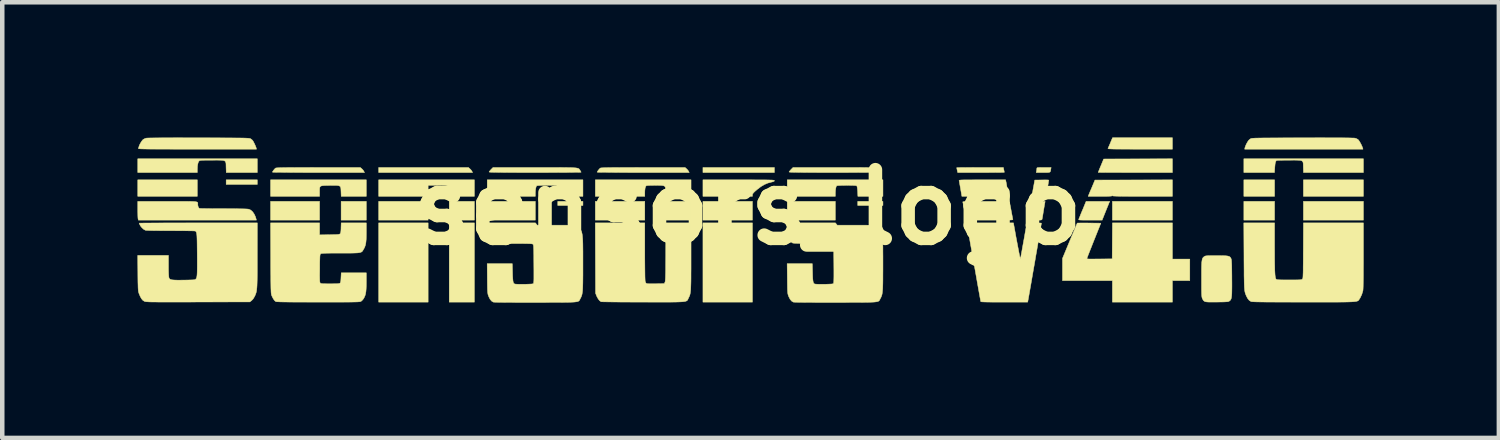
<source format=kicad_pcb>
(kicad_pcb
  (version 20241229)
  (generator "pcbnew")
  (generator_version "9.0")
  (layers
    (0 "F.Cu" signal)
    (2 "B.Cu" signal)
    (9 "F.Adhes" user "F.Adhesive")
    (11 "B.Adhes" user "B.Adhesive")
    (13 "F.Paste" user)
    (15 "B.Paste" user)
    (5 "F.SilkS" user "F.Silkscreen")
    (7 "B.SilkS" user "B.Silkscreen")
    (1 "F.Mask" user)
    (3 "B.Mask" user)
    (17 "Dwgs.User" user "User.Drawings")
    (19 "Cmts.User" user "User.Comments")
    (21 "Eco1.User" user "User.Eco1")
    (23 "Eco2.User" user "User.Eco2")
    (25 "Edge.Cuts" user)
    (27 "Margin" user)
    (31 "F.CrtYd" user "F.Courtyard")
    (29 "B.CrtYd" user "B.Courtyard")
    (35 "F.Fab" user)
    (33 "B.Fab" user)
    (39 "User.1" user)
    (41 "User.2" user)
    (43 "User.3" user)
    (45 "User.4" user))
  (footprint "sensors_logo"
    (layer "F.Cu")
    (at 13.539 1.549)
    (property "Reference" "sensors_logo" (at 0 0 0) (layer "F.SilkS") (effects (font (size 1.524 1.524) (thickness 0.3))))
    (attr through_hole)
    (fp_poly (pts (xy -12.212 -0.244) (xy -13.533 -0.244) (xy -13.533 -0.61) (xy -12.212 -0.61) (xy -12.212 -0.244)) (stroke (width 0.01) (type solid)) (fill yes) (layer "F.SilkS"))
    (fp_poly (pts (xy -10.881 -0.508) (xy -11.572 -0.508) (xy -11.572 -0.61) (xy -10.881 -0.61) (xy -10.881 -0.508)) (stroke (width 0.01) (type solid)) (fill yes) (layer "F.SilkS"))
    (fp_poly (pts (xy -9.5 0.284) (xy -10.587 0.284) (xy -10.587 -0.132) (xy -9.5 -0.132) (xy -9.5 0.284)) (stroke (width 0.01) (type solid)) (fill yes) (layer "F.SilkS"))
    (fp_poly (pts (xy -8.463 0.284) (xy -9.022 0.284) (xy -9.022 -0.132) (xy -8.463 -0.132) (xy -8.463 0.284)) (stroke (width 0.01) (type solid)) (fill yes) (layer "F.SilkS"))
    (fp_poly (pts (xy -7.092 0.284) (xy -8.189 0.284) (xy -8.189 -0.132) (xy -7.092 -0.132) (xy -7.092 0.284)) (stroke (width 0.01) (type solid)) (fill yes) (layer "F.SilkS"))
    (fp_poly (pts (xy -7.092 2.103) (xy -8.189 2.103) (xy -8.189 0.345) (xy -7.092 0.345) (xy -7.092 2.103)) (stroke (width 0.01) (type solid)) (fill yes) (layer "F.SilkS"))
    (fp_poly (pts (xy -6.066 0.284) (xy -6.624 0.284) (xy -6.624 -0.132) (xy -6.066 -0.132) (xy -6.066 0.284)) (stroke (width 0.01) (type solid)) (fill yes) (layer "F.SilkS"))
    (fp_poly (pts (xy -6.066 2.103) (xy -6.624 2.103) (xy -6.624 0.345) (xy -6.066 0.345) (xy -6.066 2.103)) (stroke (width 0.01) (type solid)) (fill yes) (layer "F.SilkS"))
    (fp_poly (pts (xy -4.714 0.284) (xy -5.781 0.284) (xy -5.781 -0.132) (xy -4.714 -0.132) (xy -4.714 0.284)) (stroke (width 0.01) (type solid)) (fill yes) (layer "F.SilkS"))
    (fp_poly (pts (xy -3.658 -0.041) (xy -4.216 -0.041) (xy -4.216 -0.132) (xy -3.658 -0.132) (xy -3.658 -0.041)) (stroke (width 0.01) (type solid)) (fill yes) (layer "F.SilkS"))
    (fp_poly (pts (xy -2.286 0.284) (xy -3.383 0.284) (xy -3.383 -0.132) (xy -2.286 -0.132) (xy -2.286 0.284)) (stroke (width 0.01) (type solid)) (fill yes) (layer "F.SilkS"))
    (fp_poly (pts (xy -1.26 0.284) (xy -1.819 0.284) (xy -1.819 -0.132) (xy -1.26 -0.132) (xy -1.26 0.284)) (stroke (width 0.01) (type solid)) (fill yes) (layer "F.SilkS"))
    (fp_poly (pts (xy 0.102 0.284) (xy -0.996 0.284) (xy -0.996 -0.132) (xy 0.102 -0.132) (xy 0.102 0.284)) (stroke (width 0.01) (type solid)) (fill yes) (layer "F.SilkS"))
    (fp_poly (pts (xy 0.102 2.103) (xy -0.996 2.103) (xy -0.996 0.345) (xy 0.102 0.345) (xy 0.102 2.103)) (stroke (width 0.01) (type solid)) (fill yes) (layer "F.SilkS"))
    (fp_poly (pts (xy 0.589 -0.772) (xy -0.996 -0.772) (xy -0.996 -0.884) (xy 0.589 -0.884) (xy 0.589 -0.772)) (stroke (width 0.01) (type solid)) (fill yes) (layer "F.SilkS"))
    (fp_poly (pts (xy 1.941 0.284) (xy 0.874 0.284) (xy 0.874 -0.132) (xy 1.941 -0.132) (xy 1.941 0.284)) (stroke (width 0.01) (type solid)) (fill yes) (layer "F.SilkS"))
    (fp_poly (pts (xy 2.997 -0.041) (xy 2.438 -0.041) (xy 2.438 -0.132) (xy 2.997 -0.132) (xy 2.997 -0.041)) (stroke (width 0.01) (type solid)) (fill yes) (layer "F.SilkS"))
    (fp_poly (pts (xy 9.418 0.284) (xy 8.087 0.284) (xy 8.087 -0.132) (xy 9.418 -0.132) (xy 9.418 0.284)) (stroke (width 0.01) (type solid)) (fill yes) (layer "F.SilkS"))
    (fp_poly (pts (xy 11.684 -0.244) (xy 11.003 -0.244) (xy 11.003 -0.61) (xy 11.684 -0.61) (xy 11.684 -0.244)) (stroke (width 0.01) (type solid)) (fill yes) (layer "F.SilkS"))
    (fp_poly (pts (xy 11.684 0.284) (xy 11.003 0.284) (xy 11.003 -0.132) (xy 11.684 -0.132) (xy 11.684 0.284)) (stroke (width 0.01) (type solid)) (fill yes) (layer "F.SilkS"))
    (fp_poly (pts (xy 13.655 -0.244) (xy 12.324 -0.244) (xy 12.324 -0.61) (xy 13.655 -0.61) (xy 13.655 -0.244)) (stroke (width 0.01) (type solid)) (fill yes) (layer "F.SilkS"))
    (fp_poly (pts (xy 13.655 0.284) (xy 12.324 0.284) (xy 12.324 -0.132) (xy 13.655 -0.132) (xy 13.655 0.284)) (stroke (width 0.01) (type solid)) (fill yes) (layer "F.SilkS"))
    (fp_poly (pts (xy -6.168 -0.857) (xy -6.143 -0.832) (xy -6.123 -0.805) (xy -6.121 -0.801) (xy -6.106 -0.772) (xy -7.147 -0.772) (xy -8.189 -0.772) (xy -8.189 -0.884) (xy -6.199 -0.884) (xy -6.168 -0.857)) (stroke (width 0.01) (type solid)) (fill yes) (layer "F.SilkS"))
    (fp_poly (pts (xy -6.066 -0.244) (xy -6.621 -0.244) (xy -6.627 -0.348) (xy -6.629 -0.391) (xy -6.633 -0.425) (xy -6.64 -0.449) (xy -6.652 -0.466) (xy -6.673 -0.478) (xy -6.704 -0.484) (xy -6.749 -0.487) (xy -6.809 -0.488) (xy -6.885 -0.488) (xy -7.092 -0.488) (xy -7.092 -0.244) (xy -8.189 -0.244) (xy -8.189 -0.61) (xy -6.066 -0.61) (xy -6.066 -0.244)) (stroke (width 0.01) (type solid)) (fill yes) (layer "F.SilkS"))
    (fp_poly (pts (xy 9.418 -1.29) (xy 8.701 -1.29) (xy 8.558 -1.29) (xy 8.434 -1.291) (xy 8.328 -1.291) (xy 8.239 -1.292) (xy 8.166 -1.292) (xy 8.107 -1.293) (xy 8.061 -1.295) (xy 8.028 -1.296) (xy 8.005 -1.298) (xy 7.993 -1.3) (xy 7.988 -1.303) (xy 7.988 -1.303) (xy 7.994 -1.317) (xy 8.006 -1.345) (xy 8.023 -1.384) (xy 8.042 -1.429) (xy 8.042 -1.43) (xy 8.09 -1.544) (xy 9.418 -1.544) (xy 9.418 -1.29)) (stroke (width 0.01) (type solid)) (fill yes) (layer "F.SilkS"))
    (fp_poly (pts (xy 9.418 -0.772) (xy 8.595 -0.772) (xy 8.468 -0.772) (xy 8.347 -0.772) (xy 8.233 -0.773) (xy 8.128 -0.773) (xy 8.034 -0.773) (xy 7.952 -0.773) (xy 7.883 -0.774) (xy 7.83 -0.774) (xy 7.793 -0.775) (xy 7.774 -0.775) (xy 7.772 -0.776) (xy 7.776 -0.786) (xy 7.786 -0.811) (xy 7.801 -0.849) (xy 7.82 -0.896) (xy 7.833 -0.925) (xy 7.893 -1.072) (xy 8.656 -1.074) (xy 9.418 -1.077) (xy 9.418 -0.772)) (stroke (width 0.01) (type solid)) (fill yes) (layer "F.SilkS"))
    (fp_poly (pts (xy 6.721 -0.846) (xy 6.717 -0.818) (xy 6.712 -0.798) (xy 6.704 -0.785) (xy 6.689 -0.777) (xy 6.665 -0.773) (xy 6.627 -0.772) (xy 6.574 -0.772) (xy 6.551 -0.772) (xy 6.398 -0.772) (xy 6.404 -0.81) (xy 6.409 -0.84) (xy 6.411 -0.864) (xy 6.411 -0.866) (xy 6.413 -0.873) (xy 6.419 -0.878) (xy 6.434 -0.881) (xy 6.46 -0.883) (xy 6.5 -0.884) (xy 6.556 -0.884) (xy 6.57 -0.884) (xy 6.728 -0.884) (xy 6.721 -0.846)) (stroke (width 0.01) (type solid)) (fill yes) (layer "F.SilkS"))
    (fp_poly (pts (xy -8.463 -0.244) (xy -9.02 -0.244) (xy -9.024 -0.347) (xy -9.026 -0.391) (xy -9.029 -0.426) (xy -9.036 -0.451) (xy -9.049 -0.468) (xy -9.071 -0.479) (xy -9.105 -0.485) (xy -9.151 -0.487) (xy -9.214 -0.487) (xy -9.274 -0.486) (xy -9.347 -0.485) (xy -9.402 -0.483) (xy -9.443 -0.479) (xy -9.47 -0.471) (xy -9.487 -0.458) (xy -9.496 -0.439) (xy -9.499 -0.41) (xy -9.5 -0.372) (xy -9.5 -0.343) (xy -9.5 -0.244) (xy -10.587 -0.244) (xy -10.587 -0.61) (xy -8.463 -0.61) (xy -8.463 -0.244)) (stroke (width 0.01) (type solid)) (fill yes) (layer "F.SilkS"))
    (fp_poly (pts (xy -1.26 -0.244) (xy -1.816 -0.244) (xy -1.82 -0.347) (xy -1.822 -0.392) (xy -1.826 -0.426) (xy -1.833 -0.451) (xy -1.847 -0.469) (xy -1.87 -0.479) (xy -1.905 -0.485) (xy -1.954 -0.487) (xy -2.019 -0.488) (xy -2.056 -0.488) (xy -2.116 -0.487) (xy -2.169 -0.486) (xy -2.212 -0.484) (xy -2.241 -0.482) (xy -2.253 -0.479) (xy -2.268 -0.459) (xy -2.279 -0.421) (xy -2.285 -0.368) (xy -2.286 -0.323) (xy -2.286 -0.244) (xy -3.383 -0.244) (xy -3.383 -0.61) (xy -1.26 -0.61) (xy -1.26 -0.244)) (stroke (width 0.01) (type solid)) (fill yes) (layer "F.SilkS"))
    (fp_poly (pts (xy 8.013 -0.099) (xy 8.005 -0.079) (xy 7.991 -0.044) (xy 7.972 0.002) (xy 7.95 0.057) (xy 7.929 0.109) (xy 7.859 0.284) (xy 7.596 0.284) (xy 7.516 0.284) (xy 7.454 0.284) (xy 7.409 0.283) (xy 7.376 0.282) (xy 7.356 0.28) (xy 7.344 0.277) (xy 7.339 0.273) (xy 7.339 0.268) (xy 7.34 0.267) (xy 7.345 0.252) (xy 7.358 0.222) (xy 7.375 0.179) (xy 7.396 0.127) (xy 7.42 0.069) (xy 7.425 0.059) (xy 7.503 -0.132) (xy 7.765 -0.132) (xy 8.027 -0.132) (xy 8.013 -0.099)) (stroke (width 0.01) (type solid)) (fill yes) (layer "F.SilkS"))
    (fp_poly (pts (xy 5.679 -0.833) (xy 5.685 -0.803) (xy 5.689 -0.782) (xy 5.69 -0.777) (xy 5.68 -0.776) (xy 5.652 -0.775) (xy 5.607 -0.774) (xy 5.547 -0.774) (xy 5.475 -0.773) (xy 5.392 -0.773) (xy 5.301 -0.772) (xy 5.202 -0.772) (xy 5.172 -0.772) (xy 4.655 -0.772) (xy 4.644 -0.823) (xy 4.638 -0.853) (xy 4.634 -0.874) (xy 4.633 -0.879) (xy 4.643 -0.88) (xy 4.671 -0.881) (xy 4.716 -0.882) (xy 4.775 -0.882) (xy 4.847 -0.883) (xy 4.93 -0.883) (xy 5.022 -0.884) (xy 5.121 -0.884) (xy 5.15 -0.884) (xy 5.668 -0.884) (xy 5.679 -0.833)) (stroke (width 0.01) (type solid)) (fill yes) (layer "F.SilkS"))
    (fp_poly (pts (xy -3.658 -0.244) (xy -4.213 -0.244) (xy -4.219 -0.351) (xy -4.223 -0.4) (xy -4.228 -0.439) (xy -4.233 -0.466) (xy -4.237 -0.473) (xy -4.244 -0.478) (xy -4.259 -0.482) (xy -4.283 -0.484) (xy -4.318 -0.486) (xy -4.369 -0.487) (xy -4.436 -0.488) (xy -4.459 -0.488) (xy -4.523 -0.487) (xy -4.58 -0.486) (xy -4.628 -0.484) (xy -4.662 -0.482) (xy -4.681 -0.479) (xy -4.682 -0.479) (xy -4.694 -0.461) (xy -4.704 -0.426) (xy -4.711 -0.378) (xy -4.714 -0.32) (xy -4.714 -0.312) (xy -4.714 -0.244) (xy -5.781 -0.244) (xy -5.781 -0.61) (xy -3.658 -0.61) (xy -3.658 -0.244)) (stroke (width 0.01) (type solid)) (fill yes) (layer "F.SilkS"))
    (fp_poly (pts (xy 2.997 -0.244) (xy 2.441 -0.244) (xy 2.436 -0.351) (xy 2.432 -0.4) (xy 2.427 -0.439) (xy 2.421 -0.466) (xy 2.418 -0.473) (xy 2.41 -0.478) (xy 2.396 -0.482) (xy 2.372 -0.484) (xy 2.336 -0.486) (xy 2.286 -0.487) (xy 2.219 -0.488) (xy 2.196 -0.488) (xy 2.132 -0.487) (xy 2.075 -0.486) (xy 2.027 -0.484) (xy 1.992 -0.482) (xy 1.974 -0.479) (xy 1.972 -0.479) (xy 1.96 -0.461) (xy 1.951 -0.426) (xy 1.944 -0.378) (xy 1.941 -0.32) (xy 1.941 -0.312) (xy 1.941 -0.244) (xy 0.874 -0.244) (xy 0.874 -0.61) (xy 2.997 -0.61) (xy 2.997 -0.244)) (stroke (width 0.01) (type solid)) (fill yes) (layer "F.SilkS"))
    (fp_poly (pts (xy 13.655 -0.772) (xy 12.326 -0.772) (xy 12.322 -0.888) (xy 12.321 -0.933) (xy 12.32 -0.968) (xy 12.316 -0.996) (xy 12.307 -1.016) (xy 12.291 -1.03) (xy 12.266 -1.039) (xy 12.23 -1.044) (xy 12.18 -1.046) (xy 12.115 -1.047) (xy 12.033 -1.046) (xy 12.01 -1.046) (xy 11.938 -1.046) (xy 11.872 -1.045) (xy 11.815 -1.044) (xy 11.77 -1.042) (xy 11.741 -1.041) (xy 11.729 -1.039) (xy 11.715 -1.025) (xy 11.705 -1.002) (xy 11.697 -0.967) (xy 11.692 -0.916) (xy 11.689 -0.881) (xy 11.682 -0.772) (xy 11.003 -0.772) (xy 11.003 -1.077) (xy 13.655 -1.077) (xy 13.655 -0.772)) (stroke (width 0.01) (type solid)) (fill yes) (layer "F.SilkS"))
    (fp_poly (pts (xy -10.881 -0.772) (xy -11.57 -0.772) (xy -11.574 -0.888) (xy -11.575 -0.933) (xy -11.576 -0.969) (xy -11.581 -0.996) (xy -11.59 -1.016) (xy -11.606 -1.03) (xy -11.631 -1.039) (xy -11.668 -1.044) (xy -11.718 -1.046) (xy -11.784 -1.047) (xy -11.868 -1.046) (xy -11.881 -1.046) (xy -11.965 -1.046) (xy -12.03 -1.046) (xy -12.08 -1.044) (xy -12.116 -1.043) (xy -12.141 -1.04) (xy -12.158 -1.036) (xy -12.168 -1.032) (xy -12.169 -1.031) (xy -12.187 -1.008) (xy -12.2 -0.967) (xy -12.209 -0.912) (xy -12.212 -0.845) (xy -12.212 -0.843) (xy -12.212 -0.772) (xy -13.533 -0.772) (xy -13.533 -1.077) (xy -10.881 -1.077) (xy -10.881 -0.772)) (stroke (width 0.01) (type solid)) (fill yes) (layer "F.SilkS"))
    (fp_poly (pts (xy 6.619 -0.608) (xy 6.653 -0.607) (xy 6.672 -0.605) (xy 6.675 -0.604) (xy 6.674 -0.591) (xy 6.669 -0.563) (xy 6.663 -0.523) (xy 6.655 -0.475) (xy 6.646 -0.425) (xy 6.638 -0.375) (xy 6.63 -0.329) (xy 6.624 -0.293) (xy 6.62 -0.271) (xy 6.619 -0.267) (xy 6.616 -0.258) (xy 6.611 -0.252) (xy 6.6 -0.248) (xy 6.58 -0.245) (xy 6.547 -0.244) (xy 6.5 -0.244) (xy 6.457 -0.244) (xy 6.3 -0.244) (xy 6.307 -0.281) (xy 6.311 -0.305) (xy 6.318 -0.344) (xy 6.326 -0.393) (xy 6.336 -0.447) (xy 6.339 -0.462) (xy 6.365 -0.605) (xy 6.52 -0.607) (xy 6.574 -0.608) (xy 6.619 -0.608)) (stroke (width 0.01) (type solid)) (fill yes) (layer "F.SilkS"))
    (fp_poly (pts (xy -0.058 -0.61) (xy 0.069 -0.61) (xy 0.178 -0.609) (xy 0.271 -0.609) (xy 0.348 -0.609) (xy 0.412 -0.608) (xy 0.464 -0.607) (xy 0.504 -0.606) (xy 0.535 -0.605) (xy 0.557 -0.603) (xy 0.573 -0.601) (xy 0.582 -0.599) (xy 0.587 -0.596) (xy 0.589 -0.593) (xy 0.589 -0.591) (xy 0.585 -0.58) (xy 0.568 -0.571) (xy 0.536 -0.562) (xy 0.526 -0.56) (xy 0.444 -0.538) (xy 0.366 -0.505) (xy 0.289 -0.459) (xy 0.209 -0.398) (xy 0.16 -0.356) (xy 0.128 -0.325) (xy 0.11 -0.302) (xy 0.102 -0.283) (xy 0.102 -0.274) (xy 0.102 -0.244) (xy -0.996 -0.244) (xy -0.996 -0.61) (xy -0.203 -0.61) (xy -0.058 -0.61)) (stroke (width 0.01) (type solid)) (fill yes) (layer "F.SilkS"))
    (fp_poly (pts (xy 9.418 -0.244) (xy 8.754 -0.244) (xy 8.615 -0.244) (xy 8.496 -0.244) (xy 8.395 -0.245) (xy 8.311 -0.245) (xy 8.242 -0.246) (xy 8.187 -0.247) (xy 8.145 -0.249) (xy 8.115 -0.25) (xy 8.096 -0.253) (xy 8.086 -0.255) (xy 8.084 -0.257) (xy 8.079 -0.264) (xy 8.078 -0.257) (xy 8.073 -0.252) (xy 8.058 -0.249) (xy 8.031 -0.247) (xy 7.99 -0.245) (xy 7.933 -0.244) (xy 7.859 -0.244) (xy 7.813 -0.244) (xy 7.549 -0.244) (xy 7.558 -0.267) (xy 7.565 -0.283) (xy 7.578 -0.315) (xy 7.596 -0.359) (xy 7.618 -0.409) (xy 7.634 -0.447) (xy 7.7 -0.605) (xy 8.559 -0.607) (xy 9.418 -0.61) (xy 9.418 -0.244)) (stroke (width 0.01) (type solid)) (fill yes) (layer "F.SilkS"))
    (fp_poly (pts (xy -8.565 -0.857) (xy -8.54 -0.832) (xy -8.52 -0.805) (xy -8.519 -0.801) (xy -8.503 -0.772) (xy -9.525 -0.772) (xy -9.667 -0.772) (xy -9.803 -0.772) (xy -9.932 -0.773) (xy -10.053 -0.773) (xy -10.163 -0.774) (xy -10.263 -0.775) (xy -10.349 -0.776) (xy -10.422 -0.776) (xy -10.479 -0.777) (xy -10.519 -0.778) (xy -10.542 -0.78) (xy -10.546 -0.78) (xy -10.54 -0.795) (xy -10.524 -0.818) (xy -10.505 -0.842) (xy -10.485 -0.863) (xy -10.478 -0.869) (xy -10.472 -0.872) (xy -10.461 -0.874) (xy -10.442 -0.876) (xy -10.416 -0.877) (xy -10.38 -0.879) (xy -10.334 -0.88) (xy -10.277 -0.881) (xy -10.207 -0.882) (xy -10.123 -0.882) (xy -10.024 -0.883) (xy -9.909 -0.883) (xy -9.777 -0.883) (xy -9.626 -0.884) (xy -9.528 -0.884) (xy -8.597 -0.884) (xy -8.565 -0.857)) (stroke (width 0.01) (type solid)) (fill yes) (layer "F.SilkS"))
    (fp_poly (pts (xy -1.362 -0.857) (xy -1.337 -0.832) (xy -1.317 -0.805) (xy -1.315 -0.801) (xy -1.3 -0.772) (xy -2.321 -0.772) (xy -2.463 -0.772) (xy -2.6 -0.772) (xy -2.729 -0.773) (xy -2.849 -0.773) (xy -2.96 -0.774) (xy -3.059 -0.775) (xy -3.146 -0.776) (xy -3.218 -0.776) (xy -3.276 -0.777) (xy -3.316 -0.778) (xy -3.338 -0.78) (xy -3.343 -0.78) (xy -3.336 -0.795) (xy -3.321 -0.818) (xy -3.301 -0.842) (xy -3.282 -0.863) (xy -3.275 -0.869) (xy -3.269 -0.872) (xy -3.257 -0.874) (xy -3.239 -0.876) (xy -3.213 -0.877) (xy -3.177 -0.879) (xy -3.131 -0.88) (xy -3.074 -0.881) (xy -3.004 -0.882) (xy -2.92 -0.882) (xy -2.821 -0.883) (xy -2.706 -0.883) (xy -2.573 -0.883) (xy -2.422 -0.884) (xy -2.325 -0.884) (xy -1.393 -0.884) (xy -1.362 -0.857)) (stroke (width 0.01) (type solid)) (fill yes) (layer "F.SilkS"))
    (fp_poly (pts (xy 5.724 -0.582) (xy 5.73 -0.555) (xy 5.737 -0.516) (xy 5.745 -0.469) (xy 5.754 -0.419) (xy 5.763 -0.368) (xy 5.771 -0.323) (xy 5.777 -0.286) (xy 5.78 -0.262) (xy 5.781 -0.257) (xy 5.777 -0.254) (xy 5.764 -0.251) (xy 5.741 -0.249) (xy 5.706 -0.247) (xy 5.658 -0.246) (xy 5.596 -0.245) (xy 5.518 -0.244) (xy 5.423 -0.244) (xy 5.31 -0.244) (xy 5.265 -0.244) (xy 4.748 -0.244) (xy 4.72 -0.406) (xy 4.71 -0.462) (xy 4.701 -0.513) (xy 4.694 -0.554) (xy 4.689 -0.581) (xy 4.687 -0.589) (xy 4.686 -0.593) (xy 4.687 -0.597) (xy 4.691 -0.601) (xy 4.701 -0.603) (xy 4.717 -0.605) (xy 4.741 -0.607) (xy 4.776 -0.608) (xy 4.822 -0.609) (xy 4.881 -0.609) (xy 4.955 -0.609) (xy 5.046 -0.61) (xy 5.154 -0.61) (xy 5.718 -0.61) (xy 5.724 -0.582)) (stroke (width 0.01) (type solid)) (fill yes) (layer "F.SilkS"))
    (fp_poly (pts (xy 6.59 -0.104) (xy 6.586 -0.085) (xy 6.58 -0.049) (xy 6.572 -0.002) (xy 6.563 0.052) (xy 6.558 0.081) (xy 6.549 0.137) (xy 6.541 0.187) (xy 6.534 0.228) (xy 6.529 0.255) (xy 6.528 0.262) (xy 6.525 0.27) (xy 6.52 0.276) (xy 6.508 0.28) (xy 6.488 0.283) (xy 6.456 0.284) (xy 6.409 0.284) (xy 6.365 0.284) (xy 6.302 0.284) (xy 6.257 0.283) (xy 6.227 0.28) (xy 6.212 0.276) (xy 6.208 0.272) (xy 6.209 0.258) (xy 6.214 0.229) (xy 6.221 0.188) (xy 6.229 0.138) (xy 6.239 0.084) (xy 6.248 0.029) (xy 6.257 -0.021) (xy 6.265 -0.064) (xy 6.271 -0.096) (xy 6.274 -0.109) (xy 6.277 -0.118) (xy 6.282 -0.124) (xy 6.293 -0.128) (xy 6.313 -0.13) (xy 6.345 -0.132) (xy 6.392 -0.132) (xy 6.437 -0.132) (xy 6.595 -0.132) (xy 6.59 -0.104)) (stroke (width 0.01) (type solid)) (fill yes) (layer "F.SilkS"))
    (fp_poly (pts (xy 9.418 1.148) (xy 9.804 1.148) (xy 9.804 1.626) (xy 9.418 1.626) (xy 9.418 2.103) (xy 8.087 2.103) (xy 8.087 1.626) (xy 6.98 1.626) (xy 6.98 1.133) (xy 7.142 0.743) (xy 7.176 0.66) (xy 7.209 0.582) (xy 7.238 0.512) (xy 7.263 0.452) (xy 7.284 0.404) (xy 7.298 0.37) (xy 7.306 0.352) (xy 7.308 0.35) (xy 7.319 0.348) (xy 7.347 0.348) (xy 7.391 0.347) (xy 7.446 0.347) (xy 7.511 0.347) (xy 7.571 0.348) (xy 7.831 0.351) (xy 7.68 0.729) (xy 7.647 0.812) (xy 7.616 0.891) (xy 7.588 0.961) (xy 7.564 1.022) (xy 7.545 1.071) (xy 7.532 1.106) (xy 7.524 1.126) (xy 7.523 1.128) (xy 7.522 1.134) (xy 7.523 1.139) (xy 7.53 1.142) (xy 7.544 1.145) (xy 7.567 1.146) (xy 7.602 1.147) (xy 7.65 1.147) (xy 7.715 1.146) (xy 7.797 1.146) (xy 7.8 1.146) (xy 8.082 1.143) (xy 8.085 0.744) (xy 8.088 0.345) (xy 9.418 0.345) (xy 9.418 1.148)) (stroke (width 0.01) (type solid)) (fill yes) (layer "F.SilkS"))
    (fp_poly (pts (xy 12.862 -1.542) (xy 13.008 -1.542) (xy 13.135 -1.542) (xy 13.241 -1.541) (xy 13.328 -1.54) (xy 13.394 -1.538) (xy 13.44 -1.537) (xy 13.466 -1.535) (xy 13.471 -1.534) (xy 13.505 -1.522) (xy 13.534 -1.505) (xy 13.537 -1.503) (xy 13.553 -1.484) (xy 13.574 -1.452) (xy 13.596 -1.413) (xy 13.617 -1.371) (xy 13.633 -1.332) (xy 13.64 -1.313) (xy 13.646 -1.29) (xy 11.021 -1.29) (xy 11.027 -1.322) (xy 11.038 -1.355) (xy 11.055 -1.396) (xy 11.077 -1.437) (xy 11.098 -1.471) (xy 11.103 -1.479) (xy 11.124 -1.5) (xy 11.15 -1.52) (xy 11.156 -1.523) (xy 11.162 -1.525) (xy 11.171 -1.528) (xy 11.183 -1.53) (xy 11.2 -1.532) (xy 11.223 -1.533) (xy 11.253 -1.535) (xy 11.291 -1.536) (xy 11.338 -1.537) (xy 11.396 -1.538) (xy 11.465 -1.539) (xy 11.547 -1.539) (xy 11.643 -1.54) (xy 11.754 -1.54) (xy 11.881 -1.541) (xy 12.025 -1.541) (xy 12.188 -1.542) (xy 12.307 -1.542) (xy 12.511 -1.542) (xy 12.697 -1.543) (xy 12.862 -1.542)) (stroke (width 0.01) (type solid)) (fill yes) (layer "F.SilkS"))
    (fp_poly (pts (xy -12.528 -0.132) (xy -12.447 -0.132) (xy -12.38 -0.131) (xy -12.327 -0.13) (xy -12.285 -0.128) (xy -12.254 -0.125) (xy -12.231 -0.121) (xy -12.216 -0.116) (xy -12.207 -0.109) (xy -12.202 -0.102) (xy -12.201 -0.092) (xy -12.201 -0.081) (xy -12.202 -0.068) (xy -12.202 -0.065) (xy -12.197 -0.025) (xy -12.182 0.008) (xy -12.168 0.023) (xy -12.156 0.024) (xy -12.125 0.026) (xy -12.078 0.027) (xy -12.017 0.028) (xy -11.943 0.029) (xy -11.859 0.03) (xy -11.766 0.03) (xy -11.666 0.03) (xy -11.635 0.03) (xy -11.495 0.031) (xy -11.374 0.031) (xy -11.274 0.033) (xy -11.193 0.034) (xy -11.132 0.036) (xy -11.09 0.039) (xy -11.069 0.042) (xy -11.026 0.062) (xy -10.985 0.099) (xy -10.95 0.15) (xy -10.922 0.21) (xy -10.908 0.257) (xy -10.901 0.284) (xy -13.52 0.284) (xy -13.527 0.253) (xy -13.529 0.232) (xy -13.531 0.195) (xy -13.532 0.147) (xy -13.533 0.09) (xy -13.533 0.044) (xy -13.533 -0.132) (xy -12.874 -0.132) (xy -12.74 -0.132) (xy -12.625 -0.132) (xy -12.528 -0.132)) (stroke (width 0.01) (type solid)) (fill yes) (layer "F.SilkS"))
    (fp_poly (pts (xy -4.297 -0.884) (xy -4.189 -0.884) (xy -4.097 -0.883) (xy -4.019 -0.882) (xy -3.953 -0.881) (xy -3.899 -0.88) (xy -3.856 -0.877) (xy -3.821 -0.875) (xy -3.794 -0.871) (xy -3.774 -0.867) (xy -3.759 -0.861) (xy -3.748 -0.855) (xy -3.74 -0.848) (xy -3.734 -0.839) (xy -3.728 -0.829) (xy -3.721 -0.819) (xy -3.706 -0.796) (xy -3.699 -0.781) (xy -3.698 -0.779) (xy -3.708 -0.778) (xy -3.737 -0.777) (xy -3.784 -0.776) (xy -3.846 -0.776) (xy -3.924 -0.775) (xy -4.015 -0.774) (xy -4.119 -0.774) (xy -4.233 -0.773) (xy -4.356 -0.773) (xy -4.488 -0.772) (xy -4.627 -0.772) (xy -4.719 -0.772) (xy -4.898 -0.772) (xy -5.057 -0.772) (xy -5.198 -0.773) (xy -5.32 -0.773) (xy -5.425 -0.774) (xy -5.514 -0.775) (xy -5.586 -0.776) (xy -5.644 -0.777) (xy -5.688 -0.778) (xy -5.718 -0.78) (xy -5.735 -0.782) (xy -5.74 -0.784) (xy -5.734 -0.796) (xy -5.716 -0.818) (xy -5.696 -0.84) (xy -5.652 -0.884) (xy -4.725 -0.884) (xy -4.564 -0.884) (xy -4.421 -0.884) (xy -4.297 -0.884)) (stroke (width 0.01) (type solid)) (fill yes) (layer "F.SilkS"))
    (fp_poly (pts (xy 2.358 -0.884) (xy 2.465 -0.884) (xy 2.558 -0.883) (xy 2.636 -0.882) (xy 2.702 -0.881) (xy 2.756 -0.88) (xy 2.799 -0.877) (xy 2.834 -0.875) (xy 2.861 -0.871) (xy 2.881 -0.867) (xy 2.896 -0.861) (xy 2.907 -0.855) (xy 2.915 -0.848) (xy 2.921 -0.839) (xy 2.927 -0.829) (xy 2.934 -0.819) (xy 2.949 -0.796) (xy 2.956 -0.781) (xy 2.957 -0.779) (xy 2.947 -0.778) (xy 2.918 -0.777) (xy 2.871 -0.776) (xy 2.808 -0.776) (xy 2.731 -0.775) (xy 2.64 -0.774) (xy 2.536 -0.774) (xy 2.422 -0.773) (xy 2.298 -0.773) (xy 2.167 -0.772) (xy 2.028 -0.772) (xy 1.935 -0.772) (xy 1.757 -0.772) (xy 1.598 -0.772) (xy 1.457 -0.773) (xy 1.335 -0.773) (xy 1.23 -0.774) (xy 1.141 -0.775) (xy 1.068 -0.776) (xy 1.011 -0.777) (xy 0.967 -0.778) (xy 0.937 -0.78) (xy 0.92 -0.782) (xy 0.914 -0.784) (xy 0.921 -0.796) (xy 0.939 -0.818) (xy 0.959 -0.84) (xy 1.003 -0.884) (xy 1.93 -0.884) (xy 2.091 -0.884) (xy 2.233 -0.884) (xy 2.358 -0.884)) (stroke (width 0.01) (type solid)) (fill yes) (layer "F.SilkS"))
    (fp_poly (pts (xy 5.398 -0.132) (xy 5.495 -0.132) (xy 5.576 -0.132) (xy 5.641 -0.131) (xy 5.692 -0.13) (xy 5.731 -0.129) (xy 5.76 -0.128) (xy 5.78 -0.126) (xy 5.793 -0.123) (xy 5.801 -0.12) (xy 5.804 -0.117) (xy 5.805 -0.114) (xy 5.809 -0.099) (xy 5.815 -0.067) (xy 5.824 -0.022) (xy 5.834 0.031) (xy 5.842 0.076) (xy 5.853 0.134) (xy 5.863 0.186) (xy 5.871 0.228) (xy 5.876 0.256) (xy 5.879 0.267) (xy 5.879 0.271) (xy 5.876 0.274) (xy 5.869 0.277) (xy 5.855 0.279) (xy 5.833 0.281) (xy 5.801 0.282) (xy 5.759 0.283) (xy 5.703 0.284) (xy 5.634 0.284) (xy 5.548 0.284) (xy 5.444 0.284) (xy 5.362 0.284) (xy 4.841 0.284) (xy 4.807 0.089) (xy 4.796 0.028) (xy 4.786 -0.027) (xy 4.778 -0.072) (xy 4.771 -0.104) (xy 4.768 -0.119) (xy 4.768 -0.119) (xy 4.77 -0.122) (xy 4.782 -0.125) (xy 4.804 -0.127) (xy 4.837 -0.129) (xy 4.883 -0.13) (xy 4.943 -0.131) (xy 5.019 -0.131) (xy 5.111 -0.132) (xy 5.222 -0.132) (xy 5.281 -0.132) (xy 5.398 -0.132)) (stroke (width 0.01) (type solid)) (fill yes) (layer "F.SilkS"))
    (fp_poly (pts (xy -12.471 -1.542) (xy -12.274 -1.542) (xy -12.185 -1.542) (xy -12.009 -1.542) (xy -11.853 -1.541) (xy -11.715 -1.541) (xy -11.593 -1.54) (xy -11.487 -1.54) (xy -11.396 -1.539) (xy -11.319 -1.538) (xy -11.254 -1.538) (xy -11.199 -1.537) (xy -11.155 -1.536) (xy -11.12 -1.534) (xy -11.093 -1.533) (xy -11.072 -1.531) (xy -11.057 -1.529) (xy -11.045 -1.527) (xy -11.038 -1.525) (xy -11.032 -1.522) (xy -11.028 -1.52) (xy -11.004 -1.502) (xy -10.985 -1.485) (xy -10.985 -1.484) (xy -10.971 -1.463) (xy -10.954 -1.43) (xy -10.935 -1.391) (xy -10.919 -1.354) (xy -10.908 -1.324) (xy -10.906 -1.318) (xy -10.899 -1.29) (xy -12.212 -1.29) (xy -12.403 -1.29) (xy -12.575 -1.29) (xy -12.728 -1.29) (xy -12.864 -1.291) (xy -12.984 -1.291) (xy -13.088 -1.291) (xy -13.179 -1.292) (xy -13.256 -1.292) (xy -13.32 -1.293) (xy -13.374 -1.294) (xy -13.417 -1.295) (xy -13.451 -1.296) (xy -13.477 -1.297) (xy -13.496 -1.299) (xy -13.508 -1.3) (xy -13.516 -1.302) (xy -13.519 -1.304) (xy -13.519 -1.307) (xy -13.512 -1.329) (xy -13.506 -1.35) (xy -13.494 -1.383) (xy -13.474 -1.422) (xy -13.45 -1.461) (xy -13.426 -1.492) (xy -13.414 -1.504) (xy -13.386 -1.52) (xy -13.353 -1.533) (xy -13.35 -1.534) (xy -13.332 -1.536) (xy -13.294 -1.538) (xy -13.236 -1.539) (xy -13.158 -1.54) (xy -13.061 -1.541) (xy -12.943 -1.542) (xy -12.805 -1.542) (xy -12.648 -1.543) (xy -12.471 -1.542)) (stroke (width 0.01) (type solid)) (fill yes) (layer "F.SilkS"))
    (fp_poly (pts (xy 10.482 1.072) (xy 10.548 1.073) (xy 10.599 1.075) (xy 10.637 1.079) (xy 10.665 1.085) (xy 10.684 1.093) (xy 10.699 1.105) (xy 10.71 1.12) (xy 10.717 1.132) (xy 10.721 1.142) (xy 10.725 1.156) (xy 10.728 1.175) (xy 10.73 1.202) (xy 10.732 1.239) (xy 10.734 1.288) (xy 10.735 1.35) (xy 10.736 1.428) (xy 10.737 1.523) (xy 10.737 1.565) (xy 10.738 1.675) (xy 10.738 1.767) (xy 10.737 1.843) (xy 10.736 1.904) (xy 10.733 1.952) (xy 10.729 1.989) (xy 10.724 2.017) (xy 10.717 2.038) (xy 10.708 2.054) (xy 10.698 2.066) (xy 10.685 2.077) (xy 10.675 2.083) (xy 10.663 2.089) (xy 10.647 2.093) (xy 10.624 2.095) (xy 10.592 2.097) (xy 10.547 2.099) (xy 10.486 2.1) (xy 10.411 2.101) (xy 10.331 2.101) (xy 10.27 2.101) (xy 10.223 2.101) (xy 10.188 2.099) (xy 10.164 2.096) (xy 10.146 2.092) (xy 10.133 2.087) (xy 10.132 2.087) (xy 10.105 2.065) (xy 10.084 2.028) (xy 10.082 2.023) (xy 10.077 2.01) (xy 10.073 1.994) (xy 10.07 1.973) (xy 10.068 1.947) (xy 10.066 1.911) (xy 10.065 1.865) (xy 10.064 1.806) (xy 10.064 1.733) (xy 10.064 1.642) (xy 10.064 1.585) (xy 10.064 1.478) (xy 10.064 1.388) (xy 10.065 1.316) (xy 10.067 1.258) (xy 10.07 1.212) (xy 10.075 1.177) (xy 10.08 1.151) (xy 10.088 1.131) (xy 10.097 1.116) (xy 10.109 1.104) (xy 10.123 1.093) (xy 10.133 1.087) (xy 10.144 1.081) (xy 10.159 1.078) (xy 10.182 1.075) (xy 10.213 1.073) (xy 10.257 1.072) (xy 10.315 1.072) (xy 10.391 1.072) (xy 10.398 1.072) (xy 10.482 1.072)) (stroke (width 0.01) (type solid)) (fill yes) (layer "F.SilkS"))
    (fp_poly (pts (xy -2.286 0.978) (xy -2.286 1.123) (xy -2.285 1.251) (xy -2.284 1.363) (xy -2.283 1.457) (xy -2.282 1.534) (xy -2.28 1.591) (xy -2.278 1.63) (xy -2.275 1.648) (xy -2.261 1.679) (xy -2.242 1.692) (xy -2.225 1.694) (xy -2.192 1.695) (xy -2.145 1.695) (xy -2.089 1.695) (xy -2.037 1.695) (xy -1.854 1.692) (xy -1.839 1.661) (xy -1.836 1.653) (xy -1.833 1.639) (xy -1.831 1.62) (xy -1.829 1.592) (xy -1.827 1.556) (xy -1.826 1.509) (xy -1.824 1.45) (xy -1.823 1.377) (xy -1.823 1.289) (xy -1.822 1.185) (xy -1.821 1.063) (xy -1.821 0.988) (xy -1.818 0.345) (xy -1.26 0.345) (xy -1.26 1.09) (xy -1.26 1.237) (xy -1.26 1.366) (xy -1.261 1.477) (xy -1.261 1.573) (xy -1.262 1.654) (xy -1.264 1.722) (xy -1.266 1.779) (xy -1.268 1.826) (xy -1.272 1.865) (xy -1.276 1.897) (xy -1.281 1.923) (xy -1.287 1.946) (xy -1.294 1.966) (xy -1.303 1.985) (xy -1.312 2.005) (xy -1.316 2.012) (xy -1.323 2.028) (xy -1.329 2.041) (xy -1.335 2.053) (xy -1.342 2.063) (xy -1.352 2.072) (xy -1.366 2.079) (xy -1.384 2.085) (xy -1.409 2.09) (xy -1.442 2.094) (xy -1.483 2.097) (xy -1.534 2.099) (xy -1.596 2.101) (xy -1.671 2.102) (xy -1.76 2.103) (xy -1.863 2.103) (xy -1.983 2.103) (xy -2.121 2.103) (xy -2.277 2.102) (xy -2.322 2.102) (xy -2.457 2.102) (xy -2.586 2.102) (xy -2.708 2.101) (xy -2.822 2.101) (xy -2.926 2.1) (xy -3.019 2.099) (xy -3.098 2.098) (xy -3.163 2.097) (xy -3.212 2.096) (xy -3.244 2.095) (xy -3.257 2.093) (xy -3.287 2.072) (xy -3.317 2.035) (xy -3.345 1.986) (xy -3.355 1.964) (xy -3.378 1.905) (xy -3.384 0.345) (xy -2.286 0.345) (xy -2.286 0.978)) (stroke (width 0.01) (type solid)) (fill yes) (layer "F.SilkS"))
    (fp_poly (pts (xy 5.898 0.378) (xy 5.925 0.526) (xy 5.948 0.655) (xy 5.969 0.766) (xy 5.987 0.861) (xy 6.002 0.939) (xy 6.014 1.003) (xy 6.024 1.052) (xy 6.032 1.09) (xy 6.039 1.115) (xy 6.043 1.13) (xy 6.047 1.136) (xy 6.049 1.133) (xy 6.049 1.133) (xy 6.052 1.115) (xy 6.058 1.081) (xy 6.067 1.033) (xy 6.078 0.974) (xy 6.09 0.906) (xy 6.103 0.833) (xy 6.117 0.756) (xy 6.131 0.68) (xy 6.144 0.605) (xy 6.156 0.535) (xy 6.167 0.473) (xy 6.176 0.421) (xy 6.183 0.382) (xy 6.187 0.359) (xy 6.187 0.353) (xy 6.197 0.35) (xy 6.224 0.348) (xy 6.264 0.347) (xy 6.314 0.346) (xy 6.35 0.345) (xy 6.405 0.346) (xy 6.452 0.347) (xy 6.488 0.348) (xy 6.508 0.35) (xy 6.513 0.352) (xy 6.511 0.363) (xy 6.506 0.392) (xy 6.498 0.437) (xy 6.488 0.498) (xy 6.475 0.571) (xy 6.461 0.656) (xy 6.445 0.749) (xy 6.427 0.851) (xy 6.409 0.958) (xy 6.389 1.069) (xy 6.37 1.183) (xy 6.35 1.297) (xy 6.33 1.41) (xy 6.311 1.52) (xy 6.293 1.625) (xy 6.276 1.723) (xy 6.26 1.813) (xy 6.246 1.893) (xy 6.234 1.961) (xy 6.224 2.016) (xy 6.217 2.055) (xy 6.213 2.077) (xy 6.213 2.08) (xy 6.207 2.103) (xy 5.689 2.103) (xy 5.568 2.103) (xy 5.466 2.103) (xy 5.381 2.102) (xy 5.313 2.101) (xy 5.26 2.1) (xy 5.22 2.098) (xy 5.192 2.097) (xy 5.175 2.094) (xy 5.167 2.091) (xy 5.167 2.09) (xy 5.164 2.079) (xy 5.159 2.048) (xy 5.15 2.001) (xy 5.139 1.938) (xy 5.125 1.862) (xy 5.109 1.772) (xy 5.091 1.672) (xy 5.072 1.562) (xy 5.051 1.444) (xy 5.029 1.319) (xy 5.014 1.24) (xy 4.992 1.111) (xy 4.97 0.988) (xy 4.949 0.872) (xy 4.93 0.764) (xy 4.913 0.666) (xy 4.898 0.58) (xy 4.884 0.507) (xy 4.874 0.448) (xy 4.866 0.405) (xy 4.862 0.379) (xy 4.861 0.373) (xy 4.855 0.345) (xy 5.892 0.345) (xy 5.898 0.378)) (stroke (width 0.01) (type solid)) (fill yes) (layer "F.SilkS"))
    (fp_poly (pts (xy 11.684 0.886) (xy 11.685 1.024) (xy 11.685 1.142) (xy 11.686 1.242) (xy 11.688 1.327) (xy 11.689 1.397) (xy 11.692 1.454) (xy 11.695 1.499) (xy 11.699 1.533) (xy 11.703 1.559) (xy 11.709 1.577) (xy 11.715 1.589) (xy 11.719 1.594) (xy 11.726 1.599) (xy 11.737 1.603) (xy 11.756 1.606) (xy 11.783 1.608) (xy 11.822 1.609) (xy 11.875 1.61) (xy 11.944 1.61) (xy 12.009 1.61) (xy 12.091 1.61) (xy 12.156 1.61) (xy 12.205 1.609) (xy 12.241 1.608) (xy 12.266 1.605) (xy 12.282 1.602) (xy 12.293 1.598) (xy 12.3 1.593) (xy 12.301 1.592) (xy 12.305 1.587) (xy 12.308 1.58) (xy 12.311 1.569) (xy 12.313 1.552) (xy 12.315 1.528) (xy 12.316 1.495) (xy 12.318 1.453) (xy 12.319 1.398) (xy 12.319 1.33) (xy 12.32 1.247) (xy 12.321 1.148) (xy 12.321 1.031) (xy 12.322 0.96) (xy 12.325 0.345) (xy 13.655 0.345) (xy 13.655 1.071) (xy 13.655 1.233) (xy 13.654 1.375) (xy 13.654 1.497) (xy 13.653 1.6) (xy 13.651 1.686) (xy 13.65 1.753) (xy 13.648 1.803) (xy 13.646 1.836) (xy 13.644 1.851) (xy 13.619 1.933) (xy 13.583 2.009) (xy 13.567 2.034) (xy 13.56 2.044) (xy 13.554 2.054) (xy 13.548 2.062) (xy 13.54 2.069) (xy 13.53 2.076) (xy 13.515 2.081) (xy 13.497 2.086) (xy 13.472 2.09) (xy 13.44 2.093) (xy 13.4 2.096) (xy 13.351 2.098) (xy 13.291 2.1) (xy 13.22 2.101) (xy 13.136 2.102) (xy 13.038 2.103) (xy 12.926 2.103) (xy 12.798 2.103) (xy 12.652 2.103) (xy 12.488 2.103) (xy 12.326 2.103) (xy 12.145 2.103) (xy 11.982 2.102) (xy 11.838 2.102) (xy 11.711 2.102) (xy 11.6 2.101) (xy 11.504 2.101) (xy 11.423 2.1) (xy 11.354 2.099) (xy 11.298 2.098) (xy 11.253 2.097) (xy 11.218 2.095) (xy 11.192 2.094) (xy 11.174 2.092) (xy 11.164 2.09) (xy 11.161 2.089) (xy 11.12 2.062) (xy 11.087 2.021) (xy 11.063 1.976) (xy 11.053 1.954) (xy 11.045 1.934) (xy 11.037 1.914) (xy 11.031 1.894) (xy 11.026 1.871) (xy 11.021 1.844) (xy 11.018 1.811) (xy 11.015 1.772) (xy 11.013 1.724) (xy 11.011 1.666) (xy 11.01 1.596) (xy 11.008 1.512) (xy 11.008 1.414) (xy 11.007 1.3) (xy 11.006 1.167) (xy 11.006 1.085) (xy 11.002 0.345) (xy 11.684 0.345) (xy 11.684 0.886)) (stroke (width 0.01) (type solid)) (fill yes) (layer "F.SilkS"))
    (fp_poly (pts (xy -10.882 1.059) (xy -10.882 1.205) (xy -10.882 1.331) (xy -10.882 1.441) (xy -10.883 1.535) (xy -10.884 1.615) (xy -10.886 1.682) (xy -10.888 1.738) (xy -10.891 1.784) (xy -10.895 1.823) (xy -10.899 1.855) (xy -10.905 1.883) (xy -10.912 1.907) (xy -10.92 1.929) (xy -10.929 1.951) (xy -10.94 1.975) (xy -10.941 1.976) (xy -10.971 2.028) (xy -11.006 2.066) (xy -11.009 2.069) (xy -11.047 2.098) (xy -12.196 2.1) (xy -12.374 2.101) (xy -12.532 2.101) (xy -12.672 2.101) (xy -12.795 2.101) (xy -12.903 2.101) (xy -12.996 2.101) (xy -13.076 2.101) (xy -13.143 2.1) (xy -13.199 2.1) (xy -13.245 2.099) (xy -13.282 2.098) (xy -13.311 2.096) (xy -13.334 2.095) (xy -13.351 2.093) (xy -13.364 2.091) (xy -13.374 2.089) (xy -13.382 2.086) (xy -13.387 2.084) (xy -13.421 2.062) (xy -13.45 2.028) (xy -13.478 1.978) (xy -13.505 1.914) (xy -13.51 1.898) (xy -13.515 1.882) (xy -13.519 1.864) (xy -13.522 1.841) (xy -13.524 1.812) (xy -13.526 1.774) (xy -13.527 1.724) (xy -13.529 1.662) (xy -13.53 1.584) (xy -13.531 1.489) (xy -13.531 1.46) (xy -13.534 1.067) (xy -12.852 1.067) (xy -12.852 1.293) (xy -12.852 1.361) (xy -12.851 1.425) (xy -12.849 1.48) (xy -12.846 1.523) (xy -12.843 1.551) (xy -12.842 1.557) (xy -12.836 1.574) (xy -12.827 1.587) (xy -12.812 1.598) (xy -12.79 1.605) (xy -12.759 1.61) (xy -12.716 1.613) (xy -12.659 1.615) (xy -12.585 1.615) (xy -12.509 1.614) (xy -12.431 1.613) (xy -12.372 1.611) (xy -12.328 1.61) (xy -12.296 1.608) (xy -12.275 1.606) (xy -12.261 1.602) (xy -12.252 1.597) (xy -12.245 1.59) (xy -12.243 1.587) (xy -12.235 1.577) (xy -12.229 1.563) (xy -12.224 1.544) (xy -12.22 1.519) (xy -12.217 1.486) (xy -12.215 1.443) (xy -12.214 1.388) (xy -12.213 1.32) (xy -12.213 1.236) (xy -12.213 1.136) (xy -12.214 1.021) (xy -12.215 0.911) (xy -12.216 0.82) (xy -12.217 0.745) (xy -12.219 0.685) (xy -12.221 0.638) (xy -12.224 0.602) (xy -12.228 0.575) (xy -12.233 0.557) (xy -12.239 0.543) (xy -12.246 0.534) (xy -12.255 0.527) (xy -12.257 0.526) (xy -12.269 0.525) (xy -12.299 0.523) (xy -12.346 0.522) (xy -12.408 0.521) (xy -12.482 0.52) (xy -12.567 0.519) (xy -12.66 0.519) (xy -12.76 0.518) (xy -12.803 0.518) (xy -12.942 0.518) (xy -13.061 0.517) (xy -13.161 0.516) (xy -13.242 0.515) (xy -13.303 0.513) (xy -13.344 0.511) (xy -13.366 0.508) (xy -13.367 0.507) (xy -13.403 0.487) (xy -13.44 0.453) (xy -13.472 0.414) (xy -13.483 0.394) (xy -13.495 0.369) (xy -13.502 0.353) (xy -13.503 0.351) (xy -13.493 0.35) (xy -13.464 0.35) (xy -13.417 0.349) (xy -13.353 0.348) (xy -13.274 0.348) (xy -13.18 0.347) (xy -13.073 0.347) (xy -12.955 0.346) (xy -12.825 0.346) (xy -12.686 0.346) (xy -12.539 0.346) (xy -12.385 0.345) (xy -12.224 0.345) (xy -12.192 0.345) (xy -10.881 0.345) (xy -10.882 1.059)) (stroke (width 0.01) (type solid)) (fill yes) (layer "F.SilkS"))
    (fp_poly (pts (xy -10.044 0.345) (xy -9.5 0.345) (xy -9.5 0.611) (xy -9.282 0.608) (xy -9.208 0.606) (xy -9.153 0.605) (xy -9.112 0.603) (xy -9.084 0.601) (xy -9.065 0.597) (xy -9.053 0.592) (xy -9.045 0.587) (xy -9.037 0.574) (xy -9.031 0.555) (xy -9.027 0.524) (xy -9.024 0.478) (xy -9.024 0.457) (xy -9.02 0.345) (xy -8.463 0.345) (xy -8.463 0.558) (xy -8.464 0.644) (xy -8.466 0.714) (xy -8.471 0.77) (xy -8.478 0.816) (xy -8.489 0.856) (xy -8.503 0.892) (xy -8.523 0.929) (xy -8.528 0.938) (xy -8.539 0.956) (xy -8.549 0.972) (xy -8.561 0.984) (xy -8.577 0.994) (xy -8.598 1.001) (xy -8.626 1.007) (xy -8.663 1.011) (xy -8.711 1.013) (xy -8.773 1.015) (xy -8.849 1.016) (xy -8.942 1.016) (xy -9.039 1.016) (xy -9.146 1.016) (xy -9.233 1.016) (xy -9.304 1.017) (xy -9.36 1.018) (xy -9.402 1.02) (xy -9.433 1.022) (xy -9.455 1.024) (xy -9.468 1.027) (xy -9.475 1.03) (xy -9.48 1.035) (xy -9.485 1.043) (xy -9.488 1.055) (xy -9.491 1.075) (xy -9.493 1.103) (xy -9.494 1.143) (xy -9.496 1.196) (xy -9.497 1.265) (xy -9.497 1.353) (xy -9.497 1.354) (xy -9.498 1.443) (xy -9.499 1.513) (xy -9.498 1.568) (xy -9.497 1.609) (xy -9.496 1.638) (xy -9.493 1.658) (xy -9.49 1.671) (xy -9.486 1.678) (xy -9.484 1.68) (xy -9.476 1.686) (xy -9.462 1.69) (xy -9.44 1.693) (xy -9.407 1.695) (xy -9.361 1.696) (xy -9.298 1.697) (xy -9.267 1.697) (xy -9.192 1.696) (xy -9.134 1.695) (xy -9.093 1.693) (xy -9.066 1.689) (xy -9.051 1.685) (xy -9.048 1.683) (xy -9.04 1.674) (xy -9.034 1.656) (xy -9.029 1.628) (xy -9.026 1.584) (xy -9.025 1.562) (xy -9.019 1.453) (xy -8.463 1.453) (xy -8.463 1.654) (xy -8.464 1.742) (xy -8.467 1.814) (xy -8.472 1.871) (xy -8.48 1.918) (xy -8.491 1.958) (xy -8.507 1.994) (xy -8.52 2.02) (xy -8.543 2.051) (xy -8.569 2.077) (xy -8.578 2.083) (xy -8.584 2.087) (xy -8.592 2.09) (xy -8.602 2.092) (xy -8.615 2.095) (xy -8.634 2.096) (xy -8.659 2.098) (xy -8.691 2.099) (xy -8.733 2.1) (xy -8.784 2.101) (xy -8.847 2.102) (xy -8.923 2.102) (xy -9.013 2.103) (xy -9.118 2.103) (xy -9.239 2.103) (xy -9.379 2.103) (xy -9.53 2.103) (xy -9.695 2.103) (xy -9.841 2.102) (xy -9.969 2.102) (xy -10.079 2.102) (xy -10.173 2.101) (xy -10.253 2.1) (xy -10.318 2.099) (xy -10.37 2.098) (xy -10.411 2.096) (xy -10.44 2.095) (xy -10.46 2.093) (xy -10.471 2.09) (xy -10.473 2.09) (xy -10.501 2.065) (xy -10.529 2.025) (xy -10.555 1.973) (xy -10.562 1.956) (xy -10.566 1.946) (xy -10.569 1.934) (xy -10.572 1.919) (xy -10.574 1.901) (xy -10.576 1.876) (xy -10.577 1.845) (xy -10.579 1.805) (xy -10.58 1.755) (xy -10.581 1.694) (xy -10.582 1.62) (xy -10.582 1.532) (xy -10.583 1.428) (xy -10.584 1.308) (xy -10.584 1.168) (xy -10.584 1.125) (xy -10.587 0.345) (xy -10.044 0.345)) (stroke (width 0.01) (type solid)) (fill yes) (layer "F.SilkS"))
    (fp_poly (pts (xy -4.692 0.371) (xy -4.672 0.396) (xy -4.244 0.396) (xy -4.133 0.396) (xy -4.04 0.396) (xy -3.964 0.397) (xy -3.903 0.399) (xy -3.854 0.401) (xy -3.817 0.406) (xy -3.788 0.412) (xy -3.767 0.42) (xy -3.752 0.43) (xy -3.74 0.443) (xy -3.729 0.459) (xy -3.719 0.479) (xy -3.716 0.485) (xy -3.704 0.507) (xy -3.694 0.529) (xy -3.686 0.552) (xy -3.679 0.577) (xy -3.673 0.608) (xy -3.669 0.644) (xy -3.665 0.688) (xy -3.662 0.742) (xy -3.66 0.808) (xy -3.659 0.886) (xy -3.658 0.979) (xy -3.658 1.089) (xy -3.658 1.216) (xy -3.658 1.255) (xy -3.658 1.388) (xy -3.658 1.502) (xy -3.659 1.6) (xy -3.66 1.682) (xy -3.662 1.751) (xy -3.664 1.808) (xy -3.667 1.855) (xy -3.672 1.893) (xy -3.677 1.925) (xy -3.684 1.951) (xy -3.692 1.974) (xy -3.701 1.996) (xy -3.712 2.017) (xy -3.715 2.022) (xy -3.722 2.037) (xy -3.728 2.049) (xy -3.734 2.061) (xy -3.741 2.07) (xy -3.751 2.079) (xy -3.764 2.086) (xy -3.782 2.092) (xy -3.807 2.096) (xy -3.839 2.1) (xy -3.88 2.103) (xy -3.93 2.105) (xy -3.992 2.107) (xy -4.067 2.108) (xy -4.155 2.109) (xy -4.259 2.109) (xy -4.378 2.109) (xy -4.516 2.11) (xy -4.672 2.11) (xy -4.704 2.11) (xy -4.857 2.11) (xy -5 2.11) (xy -5.132 2.11) (xy -5.251 2.109) (xy -5.356 2.109) (xy -5.447 2.108) (xy -5.522 2.107) (xy -5.581 2.106) (xy -5.622 2.104) (xy -5.643 2.103) (xy -5.646 2.102) (xy -5.682 2.081) (xy -5.716 2.042) (xy -5.746 1.984) (xy -5.753 1.964) (xy -5.76 1.947) (xy -5.765 1.929) (xy -5.768 1.909) (xy -5.772 1.884) (xy -5.774 1.851) (xy -5.776 1.808) (xy -5.777 1.753) (xy -5.778 1.683) (xy -5.779 1.596) (xy -5.779 1.577) (xy -5.782 1.25) (xy -5.225 1.25) (xy -5.22 1.445) (xy -5.218 1.523) (xy -5.214 1.584) (xy -5.21 1.628) (xy -5.204 1.66) (xy -5.195 1.681) (xy -5.183 1.694) (xy -5.168 1.701) (xy -5.168 1.701) (xy -5.145 1.704) (xy -5.108 1.706) (xy -5.06 1.707) (xy -5.006 1.707) (xy -4.948 1.707) (xy -4.892 1.705) (xy -4.842 1.703) (xy -4.8 1.701) (xy -4.772 1.697) (xy -4.762 1.694) (xy -4.757 1.69) (xy -4.754 1.682) (xy -4.751 1.67) (xy -4.749 1.651) (xy -4.747 1.623) (xy -4.746 1.585) (xy -4.746 1.534) (xy -4.746 1.469) (xy -4.746 1.388) (xy -4.747 1.289) (xy -4.747 1.256) (xy -4.748 1.152) (xy -4.748 1.067) (xy -4.749 0.997) (xy -4.75 0.943) (xy -4.752 0.901) (xy -4.753 0.871) (xy -4.756 0.849) (xy -4.758 0.835) (xy -4.762 0.826) (xy -4.766 0.82) (xy -4.77 0.817) (xy -4.778 0.813) (xy -4.792 0.81) (xy -4.814 0.808) (xy -4.846 0.806) (xy -4.89 0.805) (xy -4.947 0.804) (xy -5.02 0.803) (xy -5.109 0.803) (xy -5.214 0.803) (xy -5.332 0.802) (xy -5.432 0.802) (xy -5.513 0.801) (xy -5.575 0.799) (xy -5.621 0.797) (xy -5.65 0.794) (xy -5.663 0.791) (xy -5.698 0.765) (xy -5.727 0.72) (xy -5.75 0.658) (xy -5.767 0.581) (xy -5.777 0.489) (xy -5.779 0.465) (xy -5.784 0.345) (xy -4.712 0.345) (xy -4.692 0.371)) (stroke (width 0.01) (type solid)) (fill yes) (layer "F.SilkS"))
    (fp_poly (pts (xy 1.963 0.371) (xy 1.983 0.396) (xy 2.411 0.396) (xy 2.522 0.396) (xy 2.615 0.396) (xy 2.691 0.397) (xy 2.752 0.399) (xy 2.801 0.401) (xy 2.838 0.406) (xy 2.866 0.412) (xy 2.887 0.42) (xy 2.903 0.43) (xy 2.915 0.443) (xy 2.925 0.459) (xy 2.936 0.479) (xy 2.939 0.485) (xy 2.951 0.507) (xy 2.961 0.529) (xy 2.969 0.552) (xy 2.976 0.577) (xy 2.982 0.608) (xy 2.986 0.644) (xy 2.99 0.688) (xy 2.992 0.742) (xy 2.994 0.808) (xy 2.996 0.886) (xy 2.996 0.979) (xy 2.997 1.089) (xy 2.997 1.216) (xy 2.997 1.255) (xy 2.997 1.388) (xy 2.996 1.502) (xy 2.996 1.6) (xy 2.995 1.682) (xy 2.993 1.751) (xy 2.991 1.808) (xy 2.987 1.855) (xy 2.983 1.893) (xy 2.978 1.925) (xy 2.971 1.951) (xy 2.963 1.974) (xy 2.954 1.996) (xy 2.943 2.017) (xy 2.94 2.022) (xy 2.933 2.037) (xy 2.927 2.049) (xy 2.921 2.061) (xy 2.914 2.07) (xy 2.904 2.079) (xy 2.891 2.086) (xy 2.872 2.092) (xy 2.848 2.096) (xy 2.816 2.1) (xy 2.775 2.103) (xy 2.724 2.105) (xy 2.662 2.107) (xy 2.588 2.108) (xy 2.499 2.109) (xy 2.396 2.109) (xy 2.276 2.109) (xy 2.139 2.11) (xy 1.983 2.11) (xy 1.951 2.11) (xy 1.798 2.11) (xy 1.655 2.11) (xy 1.523 2.11) (xy 1.404 2.109) (xy 1.299 2.109) (xy 1.208 2.108) (xy 1.132 2.107) (xy 1.074 2.106) (xy 1.033 2.104) (xy 1.011 2.103) (xy 1.009 2.102) (xy 0.973 2.081) (xy 0.939 2.042) (xy 0.909 1.984) (xy 0.901 1.964) (xy 0.895 1.947) (xy 0.89 1.929) (xy 0.886 1.909) (xy 0.883 1.884) (xy 0.881 1.851) (xy 0.879 1.808) (xy 0.878 1.753) (xy 0.877 1.683) (xy 0.876 1.596) (xy 0.876 1.577) (xy 0.872 1.25) (xy 1.43 1.25) (xy 1.435 1.445) (xy 1.437 1.523) (xy 1.44 1.584) (xy 1.445 1.628) (xy 1.451 1.66) (xy 1.46 1.681) (xy 1.471 1.694) (xy 1.486 1.701) (xy 1.487 1.701) (xy 1.51 1.704) (xy 1.547 1.706) (xy 1.595 1.707) (xy 1.649 1.707) (xy 1.706 1.707) (xy 1.762 1.705) (xy 1.813 1.703) (xy 1.855 1.701) (xy 1.883 1.697) (xy 1.893 1.694) (xy 1.898 1.69) (xy 1.901 1.682) (xy 1.904 1.67) (xy 1.906 1.651) (xy 1.907 1.623) (xy 1.908 1.585) (xy 1.909 1.534) (xy 1.909 1.469) (xy 1.909 1.388) (xy 1.908 1.289) (xy 1.908 1.256) (xy 1.907 1.152) (xy 1.906 1.067) (xy 1.906 0.997) (xy 1.905 0.943) (xy 1.903 0.901) (xy 1.901 0.871) (xy 1.899 0.849) (xy 1.897 0.835) (xy 1.893 0.826) (xy 1.889 0.82) (xy 1.885 0.817) (xy 1.877 0.813) (xy 1.863 0.81) (xy 1.841 0.808) (xy 1.808 0.806) (xy 1.765 0.805) (xy 1.707 0.804) (xy 1.635 0.803) (xy 1.546 0.803) (xy 1.441 0.803) (xy 1.322 0.802) (xy 1.223 0.802) (xy 1.142 0.801) (xy 1.08 0.799) (xy 1.034 0.797) (xy 1.005 0.794) (xy 0.991 0.791) (xy 0.957 0.765) (xy 0.928 0.72) (xy 0.905 0.658) (xy 0.888 0.581) (xy 0.878 0.489) (xy 0.876 0.465) (xy 0.871 0.345) (xy 1.943 0.345) (xy 1.963 0.371)) (stroke (width 0.01) (type solid)) (fill yes) (layer "F.SilkS")))
  (gr_rect
    (start -3 -3)
    (end 30.199 6.664)
    (stroke (width 0.1) (type default))
    (fill no)
    (layer "Edge.Cuts")))
</source>
